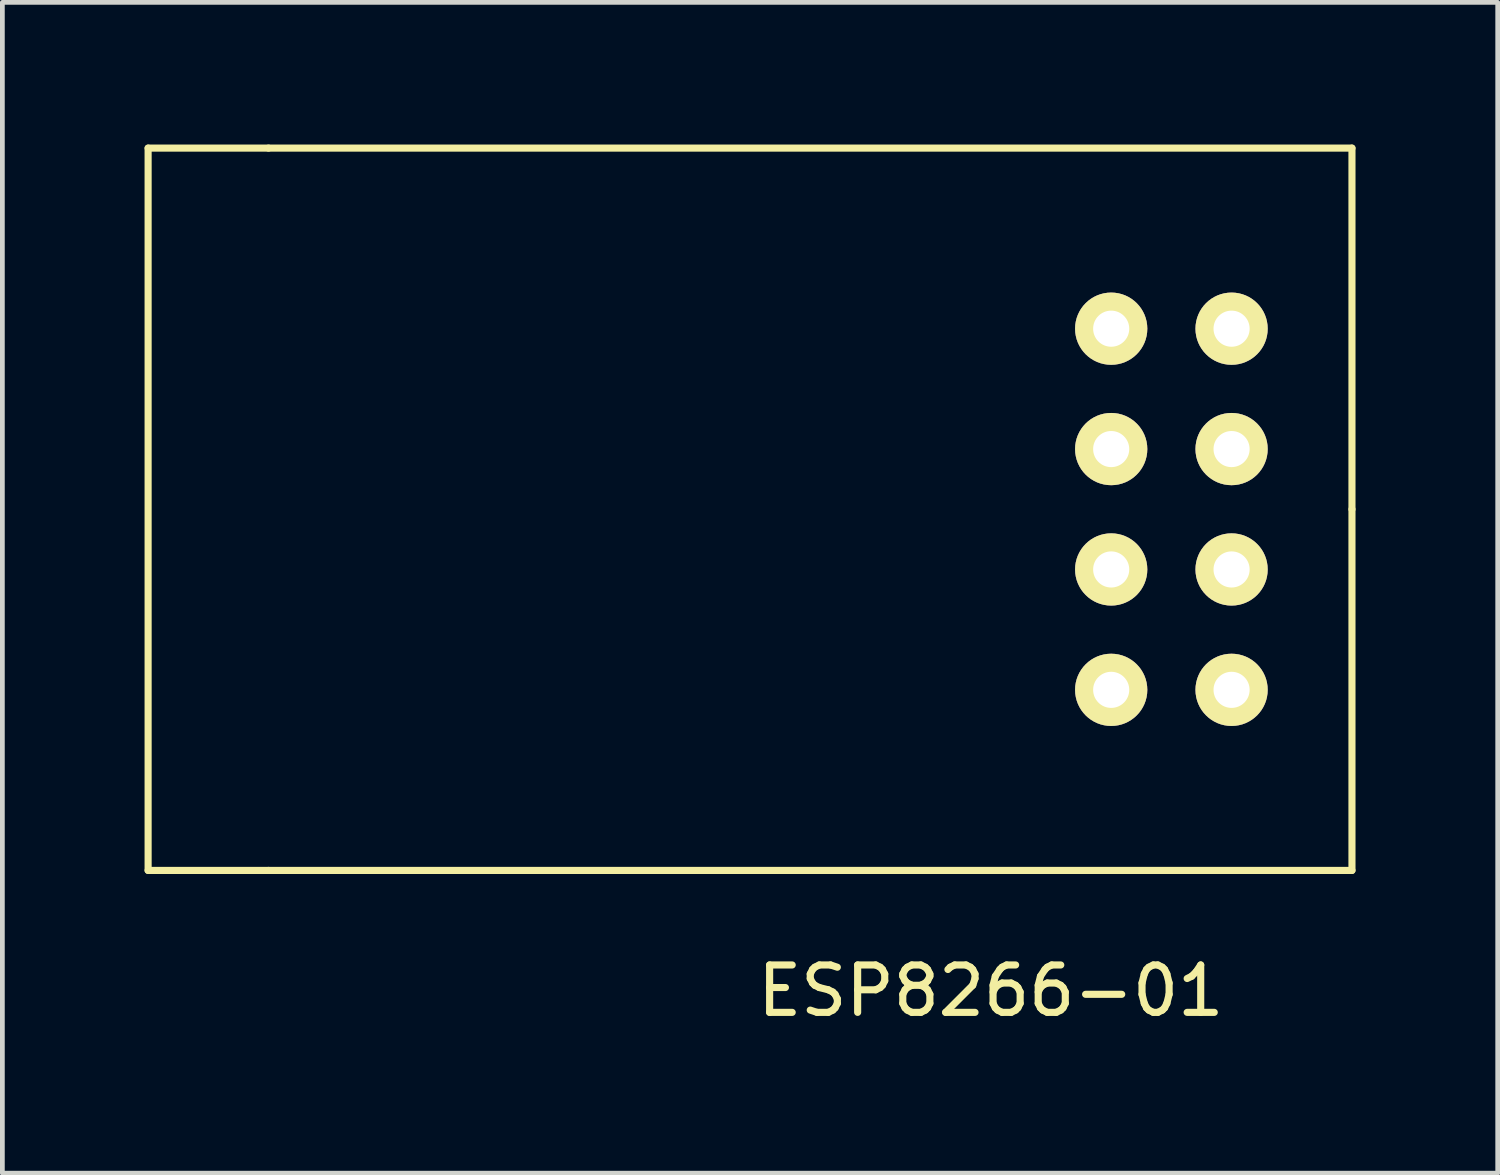
<source format=kicad_pcb>
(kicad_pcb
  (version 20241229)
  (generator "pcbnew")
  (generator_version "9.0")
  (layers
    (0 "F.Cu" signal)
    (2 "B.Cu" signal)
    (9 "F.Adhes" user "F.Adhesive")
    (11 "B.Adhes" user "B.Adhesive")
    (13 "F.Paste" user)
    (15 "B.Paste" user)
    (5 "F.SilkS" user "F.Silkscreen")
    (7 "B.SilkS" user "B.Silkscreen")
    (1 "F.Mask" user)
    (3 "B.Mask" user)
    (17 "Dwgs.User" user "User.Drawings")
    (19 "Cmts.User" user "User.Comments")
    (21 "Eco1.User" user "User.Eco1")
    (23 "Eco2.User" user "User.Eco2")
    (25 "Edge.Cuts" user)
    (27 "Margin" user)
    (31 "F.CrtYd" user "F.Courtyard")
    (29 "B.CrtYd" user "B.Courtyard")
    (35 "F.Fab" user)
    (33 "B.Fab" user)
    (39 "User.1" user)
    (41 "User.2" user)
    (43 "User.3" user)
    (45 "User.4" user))
  (footprint "ESP8266-01"
    (layer "F.Cu")
    (at 17.855 7.695)
    (property "Reference" "ESP8266-01" (at 0 10.16 0) (layer "F.SilkS") (effects (font (size 1 1) (thickness 0.15))))
    (attr through_hole)
    (fp_line (start -17.78 -7.62) (end -17.78 7.62) (stroke (width 0.15) (type solid)) (layer "F.SilkS"))
    (fp_line (start -17.78 7.62) (end -15.24 7.62) (stroke (width 0.15) (type solid)) (layer "F.SilkS"))
    (fp_line (start -15.24 -7.62) (end -17.78 -7.62) (stroke (width 0.15) (type solid)) (layer "F.SilkS"))
    (fp_line (start -15.24 7.62) (end 7.62 7.62) (stroke (width 0.15) (type solid)) (layer "F.SilkS"))
    (fp_line (start 7.62 -7.62) (end -15.24 -7.62) (stroke (width 0.15) (type solid)) (layer "F.SilkS"))
    (fp_line (start 7.62 -7.62) (end 7.62 0) (stroke (width 0.15) (type solid)) (layer "F.SilkS"))
    (fp_line (start 7.62 0) (end 7.62 7.62) (stroke (width 0.15) (type solid)) (layer "F.SilkS"))
    (pad "1" thru_hole circle (at 2.54 -1.27) (size 1.524 1.524) (drill 0.762) (layers "*.Cu" "*.Mask" "F.SilkS"))
    (pad "2" thru_hole circle (at 2.54 -3.81) (size 1.524 1.524) (drill 0.762) (layers "*.Cu" "*.Mask" "F.SilkS"))
    (pad "3" thru_hole circle (at 2.54 1.27) (size 1.524 1.524) (drill 0.762) (layers "*.Cu" "*.Mask" "F.SilkS"))
    (pad "4" thru_hole circle (at 2.54 3.81) (size 1.524 1.524) (drill 0.762) (layers "*.Cu" "*.Mask" "F.SilkS"))
    (pad "5" thru_hole circle (at 5.08 -3.81) (size 1.524 1.524) (drill 0.762) (layers "*.Cu" "*.Mask" "F.SilkS"))
    (pad "6" thru_hole circle (at 5.08 -1.27) (size 1.524 1.524) (drill 0.762) (layers "*.Cu" "*.Mask" "F.SilkS"))
    (pad "7" thru_hole circle (at 5.08 1.27) (size 1.524 1.524) (drill 0.762) (layers "*.Cu" "*.Mask" "F.SilkS"))
    (pad "8" thru_hole circle (at 5.08 3.81) (size 1.524 1.524) (drill 0.762) (layers "*.Cu" "*.Mask" "F.SilkS")))
  (gr_rect
    (start -3 -3)
    (end 28.55 21.703)
    (stroke (width 0.1) (type default))
    (fill no)
    (layer "Edge.Cuts")))
</source>
